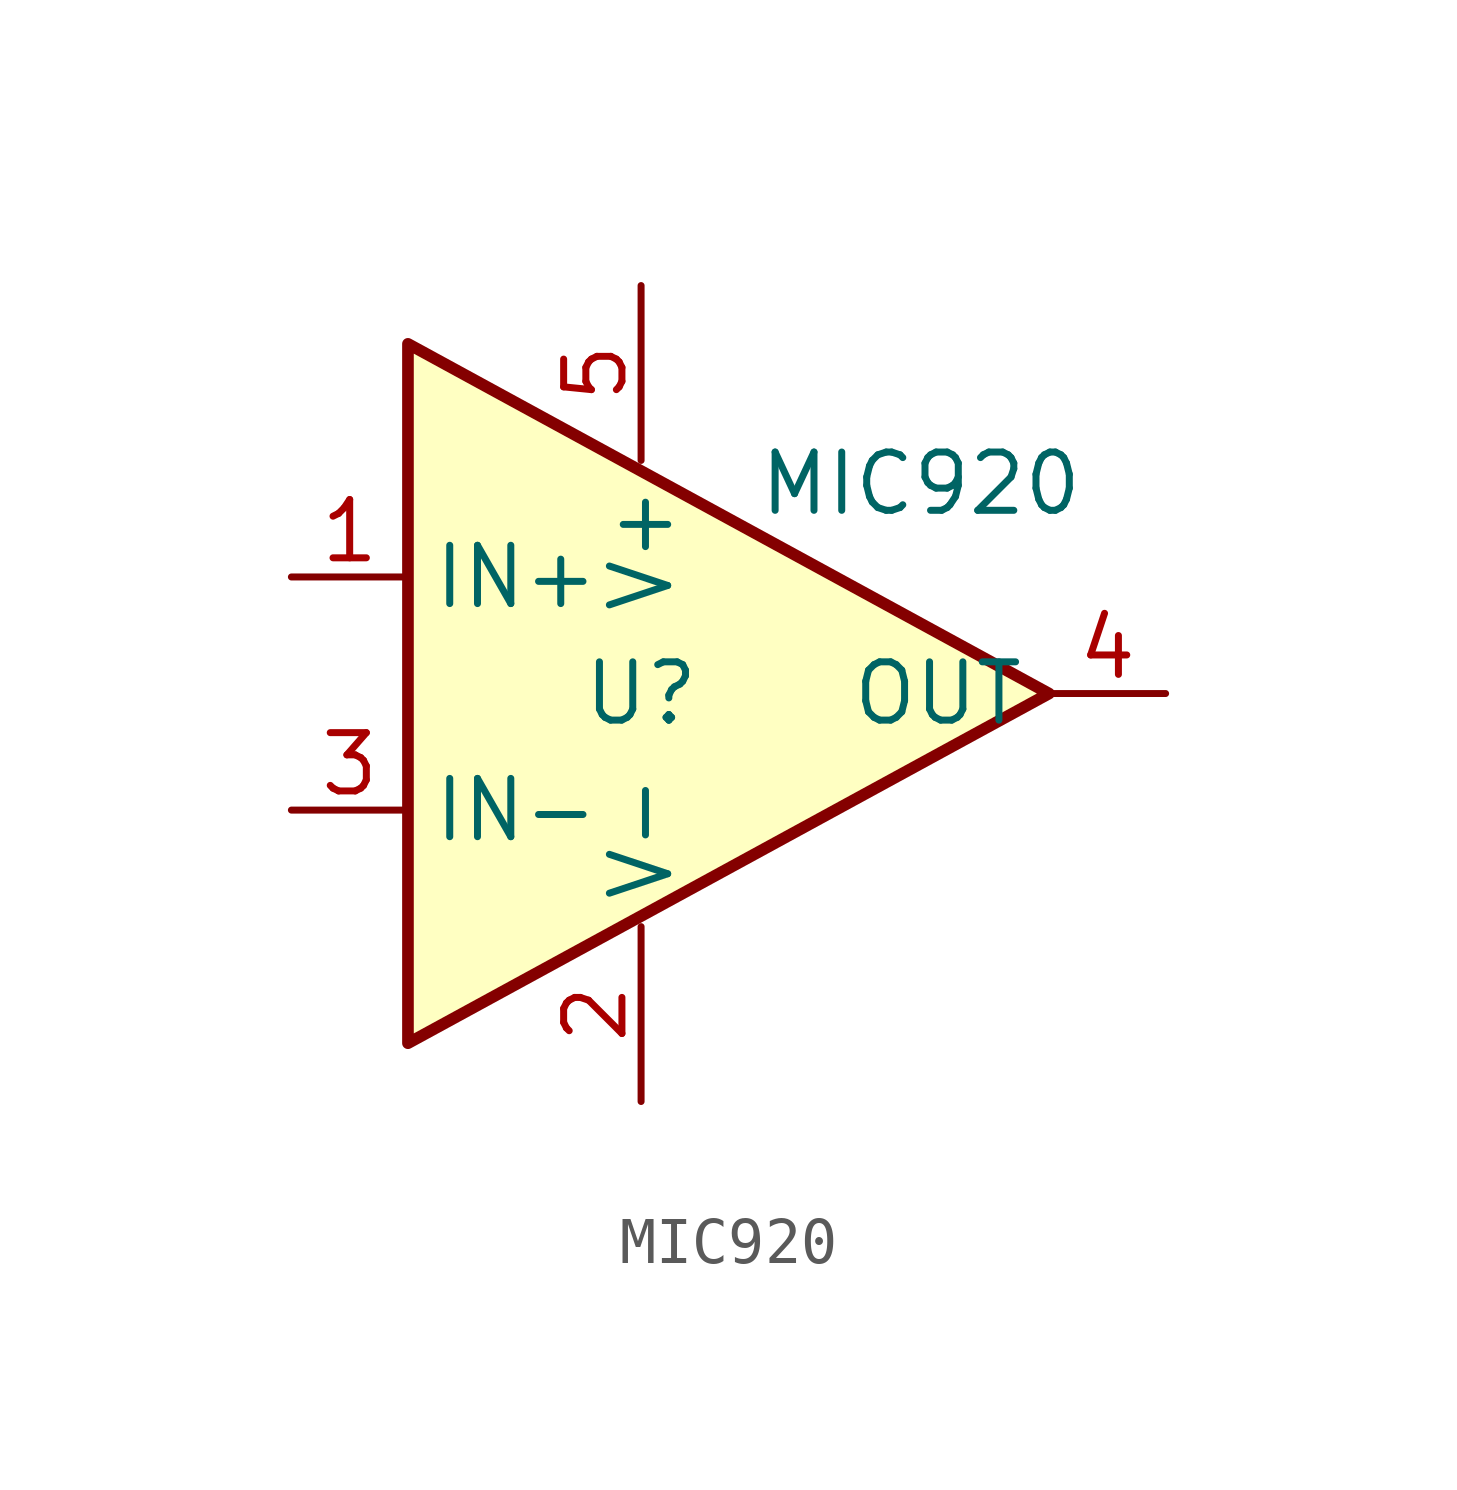
<source format=kicad_sym>
(kicad_symbol_lib
  (version 20241209)
  (generator "kicad_symbol_editor")
  (generator_version "9.0")
  (symbol "MIC920"
    (property "Reference" "U"
      (at 0 0 0)
      (effects (font (size 1.27 1.27))))
    (property "Value" "MIC920"
      (at 6.096 4.572 0)
      (effects (font (size 1.27 1.27))))
    (symbol "MIC920_0_1"
      (polyline (pts (xy -5.08 7.62) (xy 8.89 0) (xy -5.08 -7.62) (xy -5.08 7.62)) (stroke (width 0.254) (type default)) (fill (type background))))
    (symbol "MIC920_1_1"
      (pin input line (at -7.62 2.54 0) (length 2.54) (name "IN+" (effects (font (size 1.27 1.27)))) (number "1" (effects (font (size 1.27 1.27)))))
      (pin input line (at -7.62 -2.54 0) (length 2.54) (name "IN-" (effects (font (size 1.27 1.27)))) (number "3" (effects (font (size 1.27 1.27)))))
      (pin power_in line (at 0 8.89 270) (length 3.81) (name "V+" (effects (font (size 1.27 1.27)))) (number "5" (effects (font (size 1.27 1.27)))))
      (pin power_in line (at 0 -8.89 90) (length 3.81) (name "V-" (effects (font (size 1.27 1.27)))) (number "2" (effects (font (size 1.27 1.27)))))
      (pin output line (at 11.43 0 180) (length 2.54) (name "OUT" (effects (font (size 1.27 1.27)))) (number "4" (effects (font (size 1.27 1.27))))))))
</source>
